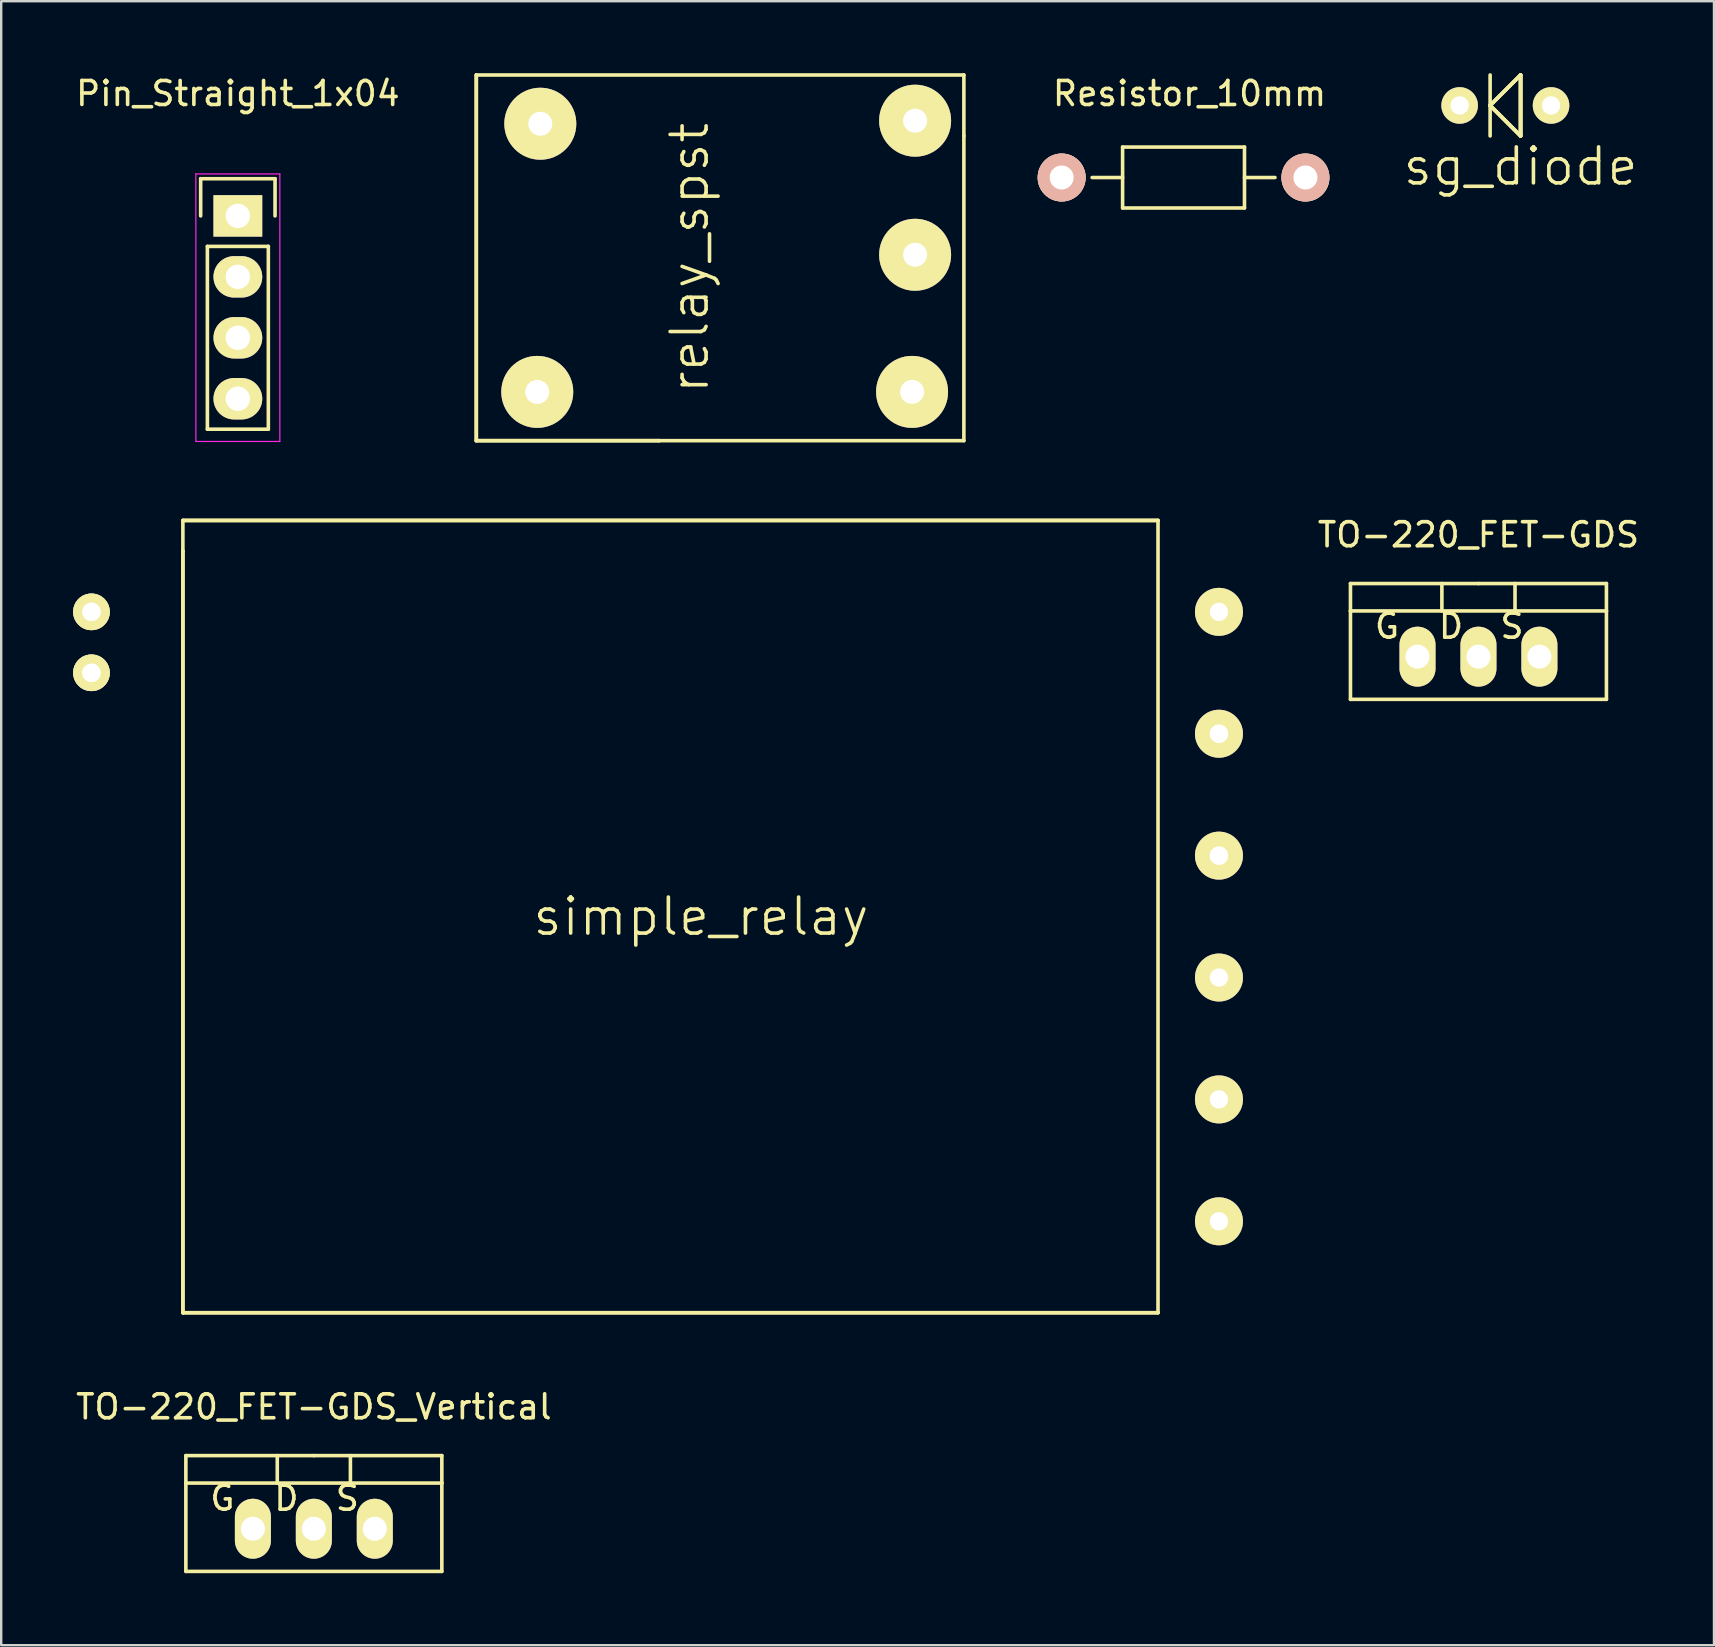
<source format=kicad_pcb>
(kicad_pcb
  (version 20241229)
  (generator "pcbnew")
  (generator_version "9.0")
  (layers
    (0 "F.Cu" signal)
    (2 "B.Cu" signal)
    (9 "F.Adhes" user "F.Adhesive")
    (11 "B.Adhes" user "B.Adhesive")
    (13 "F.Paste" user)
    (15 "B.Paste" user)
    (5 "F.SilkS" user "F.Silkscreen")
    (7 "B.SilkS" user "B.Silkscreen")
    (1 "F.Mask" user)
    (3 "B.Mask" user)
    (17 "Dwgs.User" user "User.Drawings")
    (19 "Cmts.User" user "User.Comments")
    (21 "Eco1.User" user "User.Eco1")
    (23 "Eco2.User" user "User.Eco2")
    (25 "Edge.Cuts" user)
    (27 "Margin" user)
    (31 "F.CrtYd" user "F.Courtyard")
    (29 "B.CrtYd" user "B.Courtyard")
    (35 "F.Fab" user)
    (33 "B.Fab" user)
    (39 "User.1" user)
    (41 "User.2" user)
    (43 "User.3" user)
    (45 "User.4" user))
  (footprint "TO-220_FET-GDS"
    (layer "F.Cu")
    (at 58.567 24.318)
    (property "Reference" "TO-220_FET-GDS" (at 0 -5.08 0) (layer "F.SilkS") (effects (font (size 1 1) (thickness 0.15))))
    (attr through_hole)
    (fp_line (start -5.334 -1.905) (end -5.334 -3.048) (stroke (width 0.15) (type solid)) (layer "F.SilkS"))
    (fp_line (start -5.334 1.778) (end -5.334 -1.905) (stroke (width 0.15) (type solid)) (layer "F.SilkS"))
    (fp_line (start -1.524 -3.048) (end -1.524 -1.905) (stroke (width 0.15) (type solid)) (layer "F.SilkS"))
    (fp_line (start 0 -3.048) (end -5.334 -3.048) (stroke (width 0.15) (type solid)) (layer "F.SilkS"))
    (fp_line (start 0 -3.048) (end 5.334 -3.048) (stroke (width 0.15) (type solid)) (layer "F.SilkS"))
    (fp_line (start 1.524 -3.048) (end 1.524 -1.905) (stroke (width 0.15) (type solid)) (layer "F.SilkS"))
    (fp_line (start 5.334 -3.048) (end 5.334 -1.905) (stroke (width 0.15) (type solid)) (layer "F.SilkS"))
    (fp_line (start 5.334 -1.905) (end -5.334 -1.905) (stroke (width 0.15) (type solid)) (layer "F.SilkS"))
    (fp_line (start 5.334 -1.905) (end 5.334 1.778) (stroke (width 0.15) (type solid)) (layer "F.SilkS"))
    (fp_line (start 5.334 1.778) (end -5.334 1.778) (stroke (width 0.15) (type solid)) (layer "F.SilkS"))
    (fp_text user "S" (at 1.397 -1.27 0) (layer "F.SilkS") (effects (font (size 1 1) (thickness 0.15))))
    (fp_text user "D" (at -1.143 -1.27 0) (layer "F.SilkS") (effects (font (size 1 1) (thickness 0.15))))
    (fp_text user "G" (at -3.81 -1.27 0) (layer "F.SilkS") (effects (font (size 1 1) (thickness 0.15))))
    (pad "1" thru_hole oval (at -2.54 0 90) (size 2.499 1.501) (drill 1.001) (layers "*.Cu" "*.Mask" "F.SilkS"))
    (pad "2" thru_hole oval (at 0 0 90) (size 2.499 1.501) (drill 1.001) (layers "*.Cu" "*.Mask" "F.SilkS"))
    (pad "3" thru_hole oval (at 2.54 0 90) (size 2.499 1.501) (drill 1.001) (layers "*.Cu" "*.Mask" "F.SilkS")))
  (footprint "relay_spst"
    (layer "F.Cu")
    (at 24.421 5.155)
    (property "Reference" "relay_spst" (at 1.27 2.54 90) (layer "F.SilkS") (effects (font (size 1.5 1.5) (thickness 0.15))))
    (attr through_hole)
    (fp_line (start -7.62 -5.08) (end -7.62 10.16) (stroke (width 0.15) (type solid)) (layer "F.SilkS"))
    (fp_line (start -7.62 -5.08) (end 12.7 -5.08) (stroke (width 0.15) (type solid)) (layer "F.SilkS"))
    (fp_line (start -7.62 10.16) (end -7.62 -5.08) (stroke (width 0.15) (type solid)) (layer "F.SilkS"))
    (fp_line (start -7.62 10.16) (end 0 10.16) (stroke (width 0.15) (type solid)) (layer "F.SilkS"))
    (fp_line (start 0 10.16) (end -7.62 10.16) (stroke (width 0.15) (type solid)) (layer "F.SilkS"))
    (fp_line (start 0 10.16) (end 12.7 10.16) (stroke (width 0.15) (type solid)) (layer "F.SilkS"))
    (fp_line (start 12.7 -2.54) (end 12.7 -5.08) (stroke (width 0.15) (type solid)) (layer "F.SilkS"))
    (fp_line (start 12.7 10.16) (end 12.7 -2.54) (stroke (width 0.15) (type solid)) (layer "F.SilkS"))
    (pad "1" thru_hole circle (at 10.668 2.413) (size 3 3) (drill 1) (layers "*.Cu" "*.Mask" "F.SilkS"))
    (pad "2" thru_hole circle (at 10.668 -3.175) (size 3 3) (drill 1) (layers "*.Cu" "*.Mask" "F.SilkS"))
    (pad "3" thru_hole circle (at -4.953 -3.048) (size 3 3) (drill 1) (layers "*.Cu" "*.Mask" "F.SilkS"))
    (pad "4" thru_hole circle (at -5.08 8.128) (size 3 3) (drill 1) (layers "*.Cu" "*.Mask" "F.SilkS"))
    (pad "5" thru_hole circle (at 10.541 8.128) (size 3 3) (drill 1) (layers "*.Cu" "*.Mask" "F.SilkS")))
  (footprint "Resistor_10mm"
    (layer "F.Cu")
    (at 46.276 4.348)
    (property "Reference" "Resistor_10mm" (at 0.249 -3.5 0) (layer "F.SilkS") (effects (font (size 1 1) (thickness 0.15))))
    (attr through_hole)
    (fp_line (start -2.54 -1.27) (end 2.54 -1.27) (stroke (width 0.15) (type solid)) (layer "F.SilkS"))
    (fp_line (start -2.54 0) (end -3.81 0) (stroke (width 0.15) (type solid)) (layer "F.SilkS"))
    (fp_line (start -2.54 1.27) (end -2.54 -1.27) (stroke (width 0.15) (type solid)) (layer "F.SilkS"))
    (fp_line (start 2.54 -1.27) (end 2.54 1.27) (stroke (width 0.15) (type solid)) (layer "F.SilkS"))
    (fp_line (start 2.54 0) (end 3.81 0) (stroke (width 0.15) (type solid)) (layer "F.SilkS"))
    (fp_line (start 2.54 1.27) (end -2.54 1.27) (stroke (width 0.15) (type solid)) (layer "F.SilkS"))
    (pad "1" thru_hole circle (at -5.08 0) (size 1.999 1.999) (drill 1.001) (layers "*.Cu" "*.SilkS" "*.Mask"))
    (pad "2" thru_hole circle (at 5.08 0) (size 1.999 1.999) (drill 1.001) (layers "*.Cu" "*.SilkS" "*.Mask")))
  (footprint "Pin_Straight_1x04"
    (layer "F.Cu")
    (at 6.863 5.948)
    (property "Reference" "Pin_Straight_1x04" (at 0 -5.1 0) (layer "F.SilkS") (effects (font (size 1 1) (thickness 0.15))))
    (attr through_hole)
    (fp_line (start -1.55 -1.55) (end 1.55 -1.55) (stroke (width 0.15) (type solid)) (layer "F.SilkS"))
    (fp_line (start -1.55 0) (end -1.55 -1.55) (stroke (width 0.15) (type solid)) (layer "F.SilkS"))
    (fp_line (start -1.27 1.27) (end -1.27 8.89) (stroke (width 0.15) (type solid)) (layer "F.SilkS"))
    (fp_line (start -1.27 8.89) (end 1.27 8.89) (stroke (width 0.15) (type solid)) (layer "F.SilkS"))
    (fp_line (start 1.27 1.27) (end -1.27 1.27) (stroke (width 0.15) (type solid)) (layer "F.SilkS"))
    (fp_line (start 1.27 1.27) (end 1.27 8.89) (stroke (width 0.15) (type solid)) (layer "F.SilkS"))
    (fp_line (start 1.55 -1.55) (end 1.55 0) (stroke (width 0.15) (type solid)) (layer "F.SilkS"))
    (fp_line (start -1.75 -1.75) (end -1.75 9.4) (stroke (width 0.05) (type solid)) (layer "F.CrtYd"))
    (fp_line (start -1.75 -1.75) (end 1.75 -1.75) (stroke (width 0.05) (type solid)) (layer "F.CrtYd"))
    (fp_line (start -1.75 9.4) (end 1.75 9.4) (stroke (width 0.05) (type solid)) (layer "F.CrtYd"))
    (fp_line (start 1.75 -1.75) (end 1.75 9.4) (stroke (width 0.05) (type solid)) (layer "F.CrtYd"))
    (pad "1" thru_hole rect (at 0 0) (size 2.032 1.727) (drill 1.016) (layers "*.Cu" "*.Mask" "F.SilkS"))
    (pad "2" thru_hole oval (at 0 2.54) (size 2.032 1.727) (drill 1.016) (layers "*.Cu" "*.Mask" "F.SilkS"))
    (pad "3" thru_hole oval (at 0 5.08) (size 2.032 1.727) (drill 1.016) (layers "*.Cu" "*.Mask" "F.SilkS"))
    (pad "4" thru_hole oval (at 0 7.62) (size 2.032 1.727) (drill 1.016) (layers "*.Cu" "*.Mask" "F.SilkS")))
  (footprint "TO-220_FET-GDS_Vertical"
    (layer "F.Cu")
    (at 10.03 60.663)
    (property "Reference" "TO-220_FET-GDS_Vertical" (at 0 -5.08 0) (layer "F.SilkS") (effects (font (size 1 1) (thickness 0.15))))
    (attr through_hole)
    (fp_line (start -5.334 -1.905) (end -5.334 -3.048) (stroke (width 0.15) (type solid)) (layer "F.SilkS"))
    (fp_line (start -5.334 1.778) (end -5.334 -1.905) (stroke (width 0.15) (type solid)) (layer "F.SilkS"))
    (fp_line (start -1.524 -3.048) (end -1.524 -1.905) (stroke (width 0.15) (type solid)) (layer "F.SilkS"))
    (fp_line (start 0 -3.048) (end -5.334 -3.048) (stroke (width 0.15) (type solid)) (layer "F.SilkS"))
    (fp_line (start 0 -3.048) (end 5.334 -3.048) (stroke (width 0.15) (type solid)) (layer "F.SilkS"))
    (fp_line (start 1.524 -3.048) (end 1.524 -1.905) (stroke (width 0.15) (type solid)) (layer "F.SilkS"))
    (fp_line (start 5.334 -3.048) (end 5.334 -1.905) (stroke (width 0.15) (type solid)) (layer "F.SilkS"))
    (fp_line (start 5.334 -1.905) (end -5.334 -1.905) (stroke (width 0.15) (type solid)) (layer "F.SilkS"))
    (fp_line (start 5.334 -1.905) (end 5.334 1.778) (stroke (width 0.15) (type solid)) (layer "F.SilkS"))
    (fp_line (start 5.334 1.778) (end -5.334 1.778) (stroke (width 0.15) (type solid)) (layer "F.SilkS"))
    (fp_text user "G" (at -3.81 -1.27 0) (layer "F.SilkS") (effects (font (size 1 1) (thickness 0.15))))
    (fp_text user "D" (at -1.143 -1.27 0) (layer "F.SilkS") (effects (font (size 1 1) (thickness 0.15))))
    (fp_text user "S" (at 1.397 -1.27 0) (layer "F.SilkS") (effects (font (size 1 1) (thickness 0.15))))
    (pad "1" thru_hole oval (at -2.54 0 90) (size 2.499 1.501) (drill 1.001) (layers "*.Cu" "*.Mask" "F.SilkS"))
    (pad "2" thru_hole oval (at 0 0 90) (size 2.499 1.501) (drill 1.001) (layers "*.Cu" "*.Mask" "F.SilkS"))
    (pad "3" thru_hole oval (at 2.54 0 90) (size 2.499 1.501) (drill 1.001) (layers "*.Cu" "*.Mask" "F.SilkS")))
  (footprint "sg_diode"
    (layer "F.Cu")
    (at 60.323 1.345)
    (property "Reference" "sg_diode" (at 0 2.54 0) (layer "F.SilkS") (effects (font (size 1.5 1.5) (thickness 0.15))))
    (attr through_hole)
    (fp_line (start -1.27 0) (end 0 -1.27) (stroke (width 0.15) (type solid)) (layer "F.SilkS"))
    (fp_line (start -1.27 0) (end 0 -1.27) (stroke (width 0.15) (type solid)) (layer "F.SilkS"))
    (fp_line (start -1.27 0) (end 0 1.27) (stroke (width 0.15) (type solid)) (layer "F.SilkS"))
    (fp_line (start -1.27 0) (end 0 1.27) (stroke (width 0.15) (type solid)) (layer "F.SilkS"))
    (fp_line (start -1.27 1.27) (end -1.27 -1.27) (stroke (width 0.15) (type solid)) (layer "F.SilkS"))
    (fp_line (start 0 -1.27) (end -1.27 0) (stroke (width 0.15) (type solid)) (layer "F.SilkS"))
    (fp_line (start 0 -1.27) (end 0 1.27) (stroke (width 0.15) (type solid)) (layer "F.SilkS"))
    (fp_line (start 0 -1.27) (end 0 1.27) (stroke (width 0.15) (type solid)) (layer "F.SilkS"))
    (fp_line (start 0 1.27) (end -1.27 0) (stroke (width 0.15) (type solid)) (layer "F.SilkS"))
    (fp_line (start 0 1.27) (end 0 -1.27) (stroke (width 0.15) (type solid)) (layer "F.SilkS"))
    (fp_line (start 0 1.27) (end 0 -1.27) (stroke (width 0.15) (type solid)) (layer "F.SilkS"))
    (pad "1" thru_hole circle (at -2.54 0) (size 1.524 1.524) (drill 0.762) (layers "*.Cu" "*.Mask" "F.SilkS"))
    (pad "2" thru_hole circle (at 1.27 0) (size 1.524 1.524) (drill 0.762) (layers "*.Cu" "*.Mask" "F.SilkS")))
  (footprint "simple_relay"
    (layer "F.Cu")
    (at 7.112 18.64)
    (property "Reference" "simple_relay" (at 19.05 16.51 0) (layer "F.SilkS") (effects (font (size 1.5 1.5) (thickness 0.15))))
    (attr through_hole)
    (fp_line (start -2.54 0) (end 38.1 0) (stroke (width 0.15) (type solid)) (layer "F.SilkS"))
    (fp_line (start -2.54 1.27) (end -2.54 0) (stroke (width 0.15) (type solid)) (layer "F.SilkS"))
    (fp_line (start -2.54 1.27) (end -2.54 33.02) (stroke (width 0.15) (type solid)) (layer "F.SilkS"))
    (fp_line (start -2.54 33.02) (end -2.54 1.27) (stroke (width 0.15) (type solid)) (layer "F.SilkS"))
    (fp_line (start -2.54 33.02) (end 38.1 33.02) (stroke (width 0.15) (type solid)) (layer "F.SilkS"))
    (fp_line (start 38.1 0) (end -2.54 0) (stroke (width 0.15) (type solid)) (layer "F.SilkS"))
    (fp_line (start 38.1 33.02) (end -2.54 33.02) (stroke (width 0.15) (type solid)) (layer "F.SilkS"))
    (fp_line (start 38.1 33.02) (end 38.1 0) (stroke (width 0.15) (type solid)) (layer "F.SilkS"))
    (pad "1" thru_hole circle (at -6.35 3.81) (size 1.524 1.524) (drill 0.762) (layers "*.Cu" "*.Mask" "F.SilkS"))
    (pad "2" thru_hole circle (at -6.35 3.81) (size 1.524 1.524) (drill 0.762) (layers "*.Cu" "*.Mask" "F.SilkS"))
    (pad "2" thru_hole circle (at -6.35 6.35) (size 1.524 1.524) (drill 0.762) (layers "*.Cu" "*.Mask" "F.SilkS"))
    (pad "3" thru_hole circle (at 40.64 3.81) (size 2 2) (drill 0.762) (layers "*.Cu" "*.Mask" "F.SilkS"))
    (pad "4" thru_hole circle (at -6.35 6.35) (size 1.524 1.524) (drill 0.762) (layers "*.Cu" "*.Mask" "F.SilkS"))
    (pad "4" thru_hole circle (at 40.64 8.89) (size 2 2) (drill 0.762) (layers "*.Cu" "*.Mask" "F.SilkS"))
    (pad "5" thru_hole circle (at 40.64 13.97) (size 2 2) (drill 0.762) (layers "*.Cu" "*.Mask" "F.SilkS"))
    (pad "6" thru_hole circle (at 40.64 19.05) (size 2 2) (drill 0.762) (layers "*.Cu" "*.Mask" "F.SilkS"))
    (pad "7" thru_hole circle (at 40.64 8.89) (size 1.524 1.524) (drill 0.762) (layers "*.Cu" "*.Mask" "F.SilkS"))
    (pad "7" thru_hole circle (at 40.64 24.13) (size 2 2) (drill 0.762) (layers "*.Cu" "*.Mask" "F.SilkS"))
    (pad "8" thru_hole circle (at 40.64 29.21) (size 2 2) (drill 0.762) (layers "*.Cu" "*.Mask" "F.SilkS"))
    (pad "9" thru_hole circle (at 40.64 13.97) (size 1.524 1.524) (drill 0.762) (layers "*.Cu" "*.Mask" "F.SilkS")))
  (gr_rect
    (start -3 -3)
    (end 68.383 65.516)
    (stroke (width 0.1) (type default))
    (fill no)
    (layer "Edge.Cuts")))
</source>
